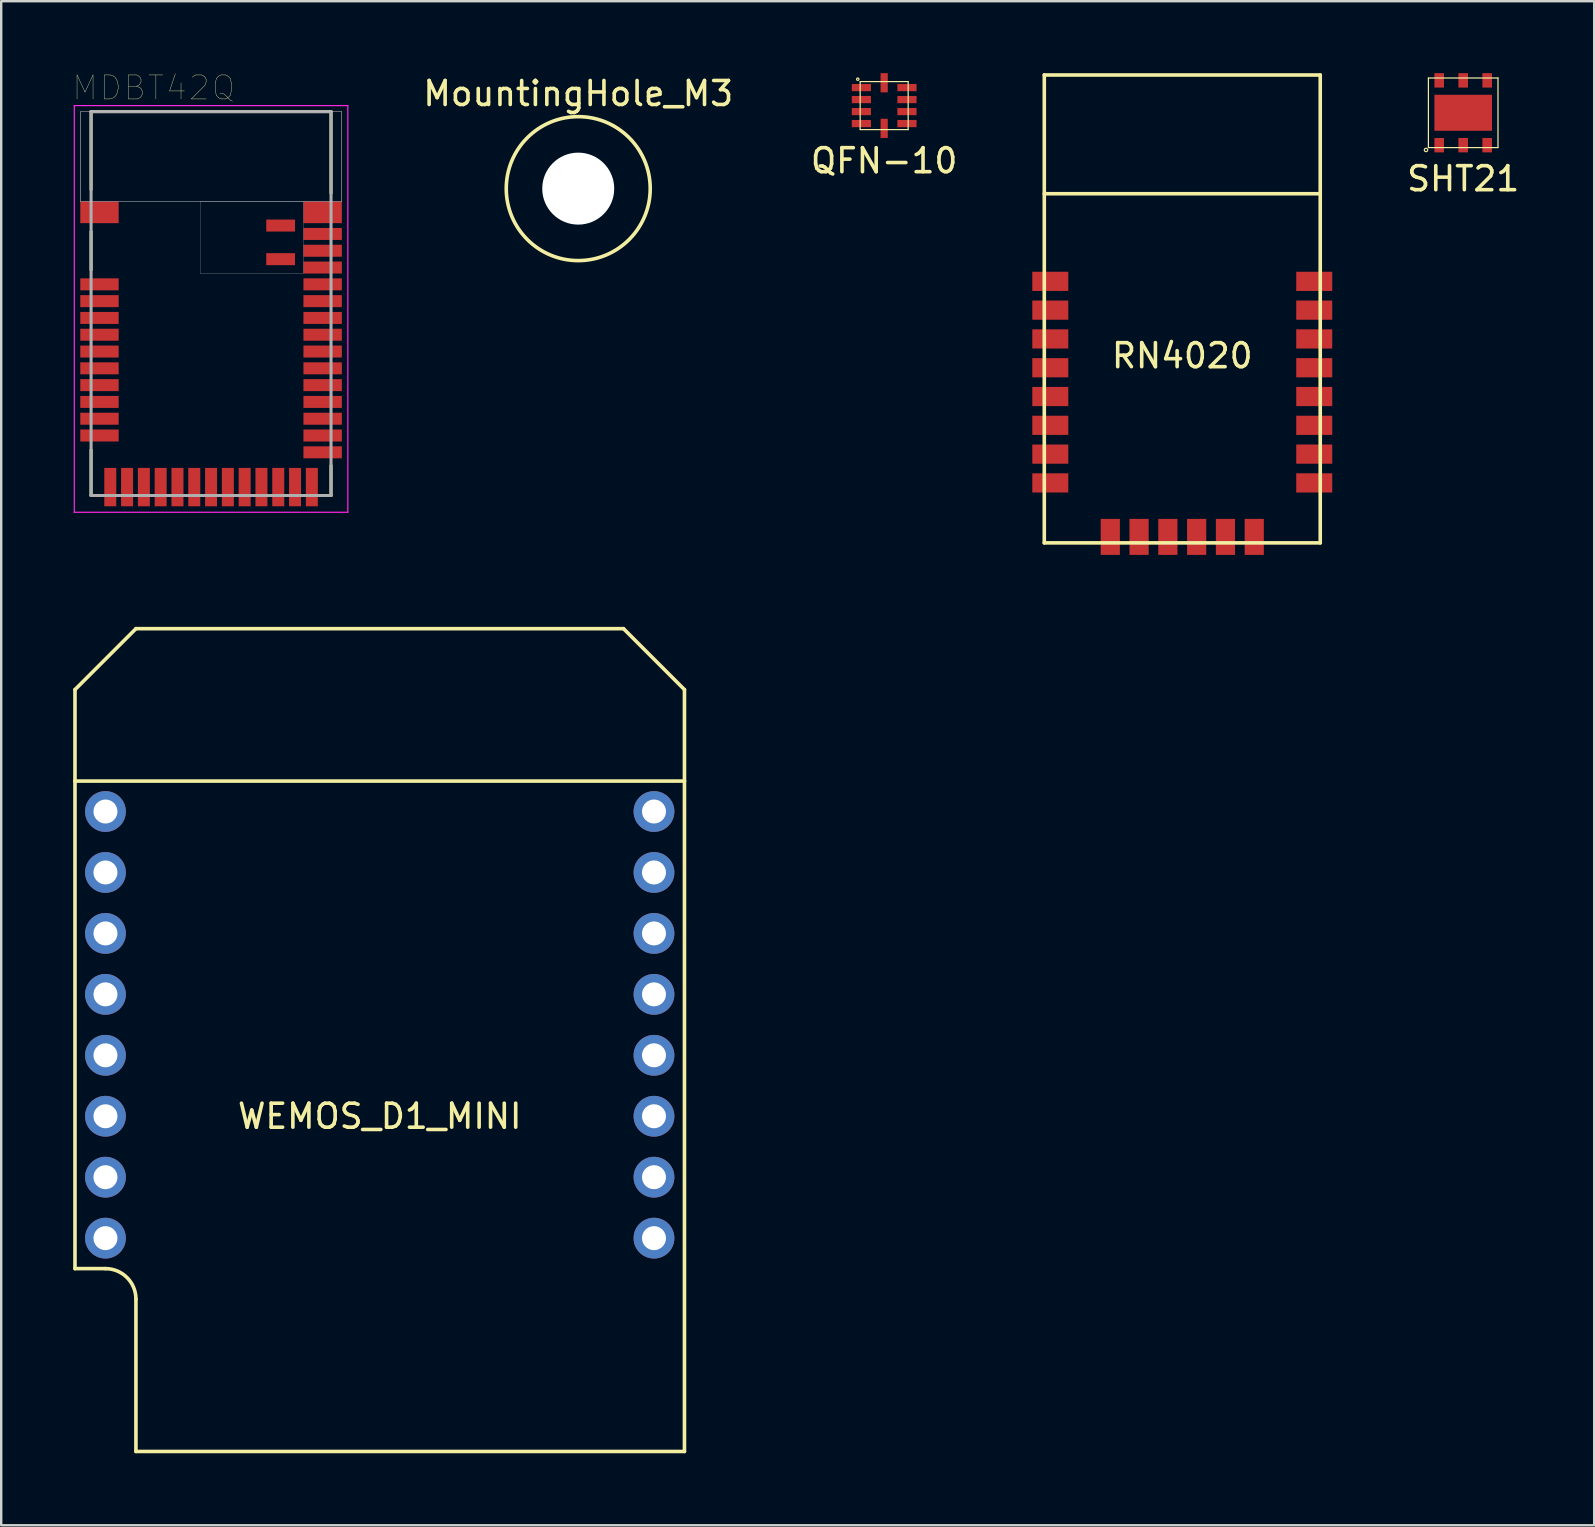
<source format=kicad_pcb>
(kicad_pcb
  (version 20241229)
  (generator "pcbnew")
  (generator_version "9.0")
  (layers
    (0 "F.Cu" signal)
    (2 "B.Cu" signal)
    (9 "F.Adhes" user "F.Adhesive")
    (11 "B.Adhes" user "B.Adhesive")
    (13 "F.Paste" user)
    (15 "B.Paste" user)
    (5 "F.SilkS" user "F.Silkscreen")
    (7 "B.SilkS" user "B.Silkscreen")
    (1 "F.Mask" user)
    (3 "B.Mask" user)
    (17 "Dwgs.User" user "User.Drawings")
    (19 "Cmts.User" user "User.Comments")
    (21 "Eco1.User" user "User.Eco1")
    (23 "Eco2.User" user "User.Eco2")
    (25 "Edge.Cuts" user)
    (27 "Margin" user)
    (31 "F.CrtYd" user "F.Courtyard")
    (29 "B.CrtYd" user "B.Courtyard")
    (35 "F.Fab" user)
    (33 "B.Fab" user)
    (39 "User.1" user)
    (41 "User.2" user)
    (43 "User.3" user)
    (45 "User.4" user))
  (footprint "QFN-10"
    (layer "F.Cu")
    (at 33.798 1.35)
    (property "Reference" "QFN-10" (at 0 2.3 0) (layer "F.SilkS") (effects (font (size 1 1) (thickness 0.15))))
    (attr through_hole)
    (fp_line (start -1 -1) (end 1 -1) (stroke (width 0.05) (type solid)) (layer "F.SilkS"))
    (fp_line (start -1 1) (end -1 -1) (stroke (width 0.05) (type solid)) (layer "F.SilkS"))
    (fp_line (start 1 -1) (end 1 1) (stroke (width 0.05) (type solid)) (layer "F.SilkS"))
    (fp_line (start 1 1) (end -1 1) (stroke (width 0.05) (type solid)) (layer "F.SilkS"))
    (fp_circle (center -1.1 -1.1) (end -1.1 -1.05) (stroke (width 0.05) (type solid)) (fill no) (layer "F.SilkS"))
    (pad "1" smd rect (at -0.95 -0.75 90) (size 0.3 0.8) (layers "F.Cu" "F.Mask" "F.Paste"))
    (pad "2" smd rect (at -0.95 -0.25 90) (size 0.3 0.8) (layers "F.Cu" "F.Mask" "F.Paste"))
    (pad "3" smd rect (at -0.95 0.25 90) (size 0.3 0.8) (layers "F.Cu" "F.Mask" "F.Paste"))
    (pad "4" smd rect (at -0.95 0.75 90) (size 0.3 0.8) (layers "F.Cu" "F.Mask" "F.Paste"))
    (pad "5" smd rect (at 0 0.95) (size 0.3 0.8) (layers "F.Cu" "F.Mask" "F.Paste"))
    (pad "6" smd rect (at 0.95 0.75 90) (size 0.3 0.8) (layers "F.Cu" "F.Mask" "F.Paste"))
    (pad "7" smd rect (at 0.95 0.25 90) (size 0.3 0.8) (layers "F.Cu" "F.Mask" "F.Paste"))
    (pad "8" smd rect (at 0.95 -0.25 90) (size 0.3 0.8) (layers "F.Cu" "F.Mask" "F.Paste"))
    (pad "9" smd rect (at 0.95 -0.75 90) (size 0.3 0.8) (layers "F.Cu" "F.Mask" "F.Paste"))
    (pad "10" smd rect (at 0 -0.95) (size 0.3 0.8) (layers "F.Cu" "F.Mask" "F.Paste")))
  (footprint "RN4020"
    (layer "F.Cu")
    (at 46.221 10.825)
    (property "Reference" "RN4020" (at 0 0.95 0) (layer "F.SilkS") (effects (font (size 1 1) (thickness 0.15))))
    (attr through_hole)
    (fp_line (start -5.75 -10.75) (end -5.75 8.75) (stroke (width 0.15) (type solid)) (layer "F.SilkS"))
    (fp_line (start -5.75 -10.75) (end 5.75 -10.75) (stroke (width 0.15) (type solid)) (layer "F.SilkS"))
    (fp_line (start -5.75 -5.8) (end 5.75 -5.8) (stroke (width 0.15) (type solid)) (layer "F.SilkS"))
    (fp_line (start -5.75 8.75) (end 5.75 8.75) (stroke (width 0.15) (type solid)) (layer "F.SilkS"))
    (fp_line (start 5.75 -10.75) (end 5.75 8.75) (stroke (width 0.15) (type solid)) (layer "F.SilkS"))
    (pad "1" smd rect (at -5.5 -2.15) (size 1.5 0.8) (layers "F.Cu" "F.Mask" "F.Paste"))
    (pad "2" smd rect (at -5.5 -0.95) (size 1.5 0.8) (layers "F.Cu" "F.Mask" "F.Paste"))
    (pad "3" smd rect (at -5.5 0.25) (size 1.5 0.8) (layers "F.Cu" "F.Mask" "F.Paste"))
    (pad "4" smd rect (at -5.5 1.45) (size 1.5 0.8) (layers "F.Cu" "F.Mask" "F.Paste"))
    (pad "5" smd rect (at -5.5 2.65) (size 1.5 0.8) (layers "F.Cu" "F.Mask" "F.Paste"))
    (pad "6" smd rect (at -5.5 3.85) (size 1.5 0.8) (layers "F.Cu" "F.Mask" "F.Paste"))
    (pad "7" smd rect (at -5.5 5.05) (size 1.5 0.8) (layers "F.Cu" "F.Mask" "F.Paste"))
    (pad "8" smd rect (at -5.5 6.25) (size 1.5 0.8) (layers "F.Cu" "F.Mask" "F.Paste"))
    (pad "10" smd rect (at -3 8.5 90) (size 1.5 0.8) (layers "F.Cu" "F.Mask" "F.Paste"))
    (pad "11" smd rect (at -1.8 8.5 90) (size 1.5 0.8) (layers "F.Cu" "F.Mask" "F.Paste"))
    (pad "12" smd rect (at -0.6 8.5 90) (size 1.5 0.8) (layers "F.Cu" "F.Mask" "F.Paste"))
    (pad "13" smd rect (at 0.6 8.5 90) (size 1.5 0.8) (layers "F.Cu" "F.Mask" "F.Paste"))
    (pad "14" smd rect (at 1.8 8.5 90) (size 1.5 0.8) (layers "F.Cu" "F.Mask" "F.Paste"))
    (pad "15" smd rect (at 3 8.5 90) (size 1.5 0.8) (layers "F.Cu" "F.Mask" "F.Paste"))
    (pad "17" smd rect (at 5.5 6.25) (size 1.5 0.8) (layers "F.Cu" "F.Mask" "F.Paste"))
    (pad "18" smd rect (at 5.5 5.05) (size 1.5 0.8) (layers "F.Cu" "F.Mask" "F.Paste"))
    (pad "19" smd rect (at 5.5 3.85) (size 1.5 0.8) (layers "F.Cu" "F.Mask" "F.Paste"))
    (pad "20" smd rect (at 5.5 2.65) (size 1.5 0.8) (layers "F.Cu" "F.Mask" "F.Paste"))
    (pad "21" smd rect (at 5.5 1.45) (size 1.5 0.8) (layers "F.Cu" "F.Mask" "F.Paste"))
    (pad "22" smd rect (at 5.5 0.25) (size 1.5 0.8) (layers "F.Cu" "F.Mask" "F.Paste"))
    (pad "23" smd rect (at 5.5 -0.95) (size 1.5 0.8) (layers "F.Cu" "F.Mask" "F.Paste"))
    (pad "24" smd rect (at 5.5 -2.15) (size 1.5 0.8) (layers "F.Cu" "F.Mask" "F.Paste")))
  (footprint "SHT21"
    (layer "F.Cu")
    (at 57.929 1.65)
    (property "Reference" "SHT21" (at 0 2.75 0) (layer "F.SilkS") (effects (font (size 1 1) (thickness 0.15))))
    (attr through_hole)
    (fp_line (start -1.45 -1.45) (end 1.45 -1.45) (stroke (width 0.05) (type solid)) (layer "F.SilkS"))
    (fp_line (start -1.45 1.45) (end -1.45 -1.45) (stroke (width 0.05) (type solid)) (layer "F.SilkS"))
    (fp_line (start 1.45 -1.45) (end 1.45 1.45) (stroke (width 0.05) (type solid)) (layer "F.SilkS"))
    (fp_line (start 1.45 1.45) (end -1.45 1.45) (stroke (width 0.05) (type solid)) (layer "F.SilkS"))
    (fp_circle (center -1.55 1.55) (end -1.5 1.6) (stroke (width 0.05) (type solid)) (fill no) (layer "F.SilkS"))
    (pad "" smd rect (at 0 0) (size 2.4 1.5) (layers "F.Cu" "F.Mask" "F.Paste"))
    (pad "1" smd rect (at -1 1.35) (size 0.4 0.6) (layers "F.Cu" "F.Mask" "F.Paste"))
    (pad "2" smd rect (at 0 1.35) (size 0.4 0.6) (layers "F.Cu" "F.Mask" "F.Paste"))
    (pad "3" smd rect (at 1 1.35) (size 0.4 0.6) (layers "F.Cu" "F.Mask" "F.Paste"))
    (pad "4" smd rect (at 1 -1.35) (size 0.4 0.6) (layers "F.Cu" "F.Mask" "F.Paste"))
    (pad "5" smd rect (at 0 -1.35) (size 0.4 0.6) (layers "F.Cu" "F.Mask" "F.Paste"))
    (pad "6" smd rect (at -1 -1.35) (size 0.4 0.6) (layers "F.Cu" "F.Mask" "F.Paste")))
  (footprint "WEMOS_D1_MINI"
    (layer "F.Cu")
    (at 12.775 40.93)
    (property "Reference" "WEMOS_D1_MINI" (at 0 2.54 0) (layer "F.SilkS") (effects (font (size 1 1) (thickness 0.15))))
    (attr through_hole)
    (fp_line (start -12.7 -11.43) (end -12.7 -15.24) (stroke (width 0.15) (type solid)) (layer "F.SilkS"))
    (fp_line (start -12.7 -11.43) (end -12.7 8.89) (stroke (width 0.15) (type solid)) (layer "F.SilkS"))
    (fp_line (start -12.7 8.89) (end -11.43 8.89) (stroke (width 0.15) (type solid)) (layer "F.SilkS"))
    (fp_line (start -10.16 -17.78) (end -12.7 -15.24) (stroke (width 0.15) (type solid)) (layer "F.SilkS"))
    (fp_line (start -10.16 10.16) (end -10.16 16.51) (stroke (width 0.15) (type solid)) (layer "F.SilkS"))
    (fp_line (start -10.16 16.51) (end 12.7 16.51) (stroke (width 0.15) (type solid)) (layer "F.SilkS"))
    (fp_line (start 10.16 -17.78) (end -10.16 -17.78) (stroke (width 0.15) (type solid)) (layer "F.SilkS"))
    (fp_line (start 12.7 -15.24) (end 10.16 -17.78) (stroke (width 0.15) (type solid)) (layer "F.SilkS"))
    (fp_line (start 12.7 -15.24) (end 12.7 -11.43) (stroke (width 0.15) (type solid)) (layer "F.SilkS"))
    (fp_line (start 12.7 -11.43) (end -12.7 -11.43) (stroke (width 0.15) (type solid)) (layer "F.SilkS"))
    (fp_line (start 12.7 -11.43) (end 12.7 16.51) (stroke (width 0.15) (type solid)) (layer "F.SilkS"))
    (fp_arc (start -11.43 8.89) (mid -10.531974 9.261974) (end -10.16 10.16) (stroke (width 0.15) (type solid)) (layer "F.SilkS"))
    (pad "1" thru_hole circle (at -11.43 -10.16) (size 1.7 1.7) (drill 1) (layers "*.Cu" "*.Mask"))
    (pad "2" thru_hole circle (at -11.43 -7.62) (size 1.7 1.7) (drill 1) (layers "*.Cu" "*.Mask"))
    (pad "3" thru_hole circle (at -11.43 -5.08) (size 1.7 1.7) (drill 1) (layers "*.Cu" "*.Mask"))
    (pad "4" thru_hole circle (at -11.43 -2.54) (size 1.7 1.7) (drill 1) (layers "*.Cu" "*.Mask"))
    (pad "5" thru_hole circle (at -11.43 0) (size 1.7 1.7) (drill 1) (layers "*.Cu" "*.Mask"))
    (pad "6" thru_hole circle (at -11.43 2.54) (size 1.7 1.7) (drill 1) (layers "*.Cu" "*.Mask"))
    (pad "7" thru_hole circle (at -11.43 5.08) (size 1.7 1.7) (drill 1) (layers "*.Cu" "*.Mask"))
    (pad "8" thru_hole circle (at -11.43 7.62) (size 1.7 1.7) (drill 1) (layers "*.Cu" "*.Mask"))
    (pad "9" thru_hole circle (at 11.43 7.62) (size 1.7 1.7) (drill 1) (layers "*.Cu" "*.Mask"))
    (pad "10" thru_hole circle (at 11.43 5.08) (size 1.7 1.7) (drill 1) (layers "*.Cu" "*.Mask"))
    (pad "11" thru_hole circle (at 11.43 2.54) (size 1.7 1.7) (drill 1) (layers "*.Cu" "*.Mask"))
    (pad "12" thru_hole circle (at 11.43 0) (size 1.7 1.7) (drill 1) (layers "*.Cu" "*.Mask"))
    (pad "13" thru_hole circle (at 11.43 -2.54) (size 1.7 1.7) (drill 1) (layers "*.Cu" "*.Mask"))
    (pad "14" thru_hole circle (at 11.43 -5.08) (size 1.7 1.7) (drill 1) (layers "*.Cu" "*.Mask"))
    (pad "15" thru_hole circle (at 11.43 -7.62) (size 1.7 1.7) (drill 1) (layers "*.Cu" "*.Mask"))
    (pad "16" thru_hole circle (at 11.43 -10.16) (size 1.7 1.7) (drill 1) (layers "*.Cu" "*.Mask")))
  (footprint "MDBT42Q"
    (layer "F.Cu")
    (at 5.746 9.6)
    (property "Reference" "MDBT42Q" (at -2.395 -8.989 0) (layer "F.SilkS") (effects (font (size 1 1) (thickness 0.015))))
    (attr through_hole)
    (fp_line (start -5 -8) (end 5 -8) (stroke (width 0.127) (type solid)) (layer "F.SilkS"))
    (fp_line (start -5 -4.75) (end -5 -8) (stroke (width 0.127) (type solid)) (layer "F.SilkS"))
    (fp_line (start -5 -3) (end -5 -1.4) (stroke (width 0.127) (type solid)) (layer "F.SilkS"))
    (fp_line (start -5 6.1) (end -5 8) (stroke (width 0.127) (type solid)) (layer "F.SilkS"))
    (fp_line (start -5 8) (end -4.75 8) (stroke (width 0.127) (type solid)) (layer "F.SilkS"))
    (fp_line (start 5 -8) (end 5 -4.6) (stroke (width 0.127) (type solid)) (layer "F.SilkS"))
    (fp_line (start 5 6.75) (end 5 8) (stroke (width 0.127) (type solid)) (layer "F.SilkS"))
    (fp_line (start 5 8) (end 4.8 8) (stroke (width 0.127) (type solid)) (layer "F.SilkS"))
    (fp_poly (pts (xy -5.45 -8) (xy 5.45 -8) (xy 5.45 -4.25) (xy -5.45 -4.25)) (stroke (width 0.01) (type solid)) (fill no) (layer "Dwgs.User"))
    (fp_poly (pts (xy -5.45 -8) (xy 5.45 -8) (xy 5.45 -4.25) (xy -5.45 -4.25)) (stroke (width 0.01) (type solid)) (fill no) (layer "Dwgs.User"))
    (fp_poly (pts (xy -5.45 -8) (xy 5.45 -8) (xy 5.45 -4.25) (xy -5.45 -4.25)) (stroke (width 0.01) (type solid)) (fill no) (layer "Dwgs.User"))
    (fp_line (start -5.7 -8.25) (end 5.7 -8.25) (stroke (width 0.05) (type solid)) (layer "F.CrtYd"))
    (fp_line (start -5.7 8.7) (end -5.7 -8.25) (stroke (width 0.05) (type solid)) (layer "F.CrtYd"))
    (fp_line (start 5.7 -8.25) (end 5.7 8.7) (stroke (width 0.05) (type solid)) (layer "F.CrtYd"))
    (fp_line (start 5.7 8.7) (end -5.7 8.7) (stroke (width 0.05) (type solid)) (layer "F.CrtYd"))
    (fp_line (start -5 -8) (end 5 -8) (stroke (width 0.127) (type solid)) (layer "F.Fab"))
    (fp_line (start -5 8) (end -5 -8) (stroke (width 0.127) (type solid)) (layer "F.Fab"))
    (fp_line (start 5 -8) (end 5 8) (stroke (width 0.127) (type solid)) (layer "F.Fab"))
    (fp_line (start 5 8) (end -5 8) (stroke (width 0.127) (type solid)) (layer "F.Fab"))
    (fp_poly (pts (xy -0.45 -4.25) (xy 3.85 -4.25) (xy 3.85 -1.25) (xy -0.45 -1.25)) (stroke (width 0.01) (type solid)) (fill no) (layer "F.Fab"))
    (pad "1" smd rect (at -4.65 -3.8) (size 1.6 0.9) (layers "F.Cu" "F.Mask" "F.Paste"))
    (pad "2" smd rect (at -4.65 -0.8) (size 1.6 0.5) (layers "F.Cu" "F.Mask" "F.Paste"))
    (pad "3" smd rect (at -4.65 -0.1) (size 1.6 0.5) (layers "F.Cu" "F.Mask" "F.Paste"))
    (pad "4" smd rect (at -4.65 0.6) (size 1.6 0.5) (layers "F.Cu" "F.Mask" "F.Paste"))
    (pad "5" smd rect (at -4.65 1.3) (size 1.6 0.5) (layers "F.Cu" "F.Mask" "F.Paste"))
    (pad "6" smd rect (at -4.65 2) (size 1.6 0.5) (layers "F.Cu" "F.Mask" "F.Paste"))
    (pad "7" smd rect (at -4.65 2.7) (size 1.6 0.5) (layers "F.Cu" "F.Mask" "F.Paste"))
    (pad "8" smd rect (at -4.65 3.4) (size 1.6 0.5) (layers "F.Cu" "F.Mask" "F.Paste"))
    (pad "9" smd rect (at -4.65 4.1) (size 1.6 0.5) (layers "F.Cu" "F.Mask" "F.Paste"))
    (pad "10" smd rect (at -4.65 4.8) (size 1.6 0.5) (layers "F.Cu" "F.Mask" "F.Paste"))
    (pad "11" smd rect (at -4.65 5.5) (size 1.6 0.5) (layers "F.Cu" "F.Mask" "F.Paste"))
    (pad "12" smd rect (at -4.2 7.65) (size 0.5 1.6) (layers "F.Cu" "F.Mask" "F.Paste"))
    (pad "13" smd rect (at -3.5 7.65) (size 0.5 1.6) (layers "F.Cu" "F.Mask" "F.Paste"))
    (pad "14" smd rect (at -2.8 7.65) (size 0.5 1.6) (layers "F.Cu" "F.Mask" "F.Paste"))
    (pad "15" smd rect (at -2.1 7.65) (size 0.5 1.6) (layers "F.Cu" "F.Mask" "F.Paste"))
    (pad "16" smd rect (at -1.4 7.65) (size 0.5 1.6) (layers "F.Cu" "F.Mask" "F.Paste"))
    (pad "17" smd rect (at -0.7 7.65) (size 0.5 1.6) (layers "F.Cu" "F.Mask" "F.Paste"))
    (pad "18" smd rect (at 0 7.65) (size 0.5 1.6) (layers "F.Cu" "F.Mask" "F.Paste"))
    (pad "19" smd rect (at 0.7 7.65) (size 0.5 1.6) (layers "F.Cu" "F.Mask" "F.Paste"))
    (pad "20" smd rect (at 1.4 7.65) (size 0.5 1.6) (layers "F.Cu" "F.Mask" "F.Paste"))
    (pad "21" smd rect (at 2.1 7.65) (size 0.5 1.6) (layers "F.Cu" "F.Mask" "F.Paste"))
    (pad "22" smd rect (at 2.8 7.65) (size 0.5 1.6) (layers "F.Cu" "F.Mask" "F.Paste"))
    (pad "23" smd rect (at 3.5 7.65) (size 0.5 1.6) (layers "F.Cu" "F.Mask" "F.Paste"))
    (pad "24" smd rect (at 4.2 7.65) (size 0.5 1.6) (layers "F.Cu" "F.Mask" "F.Paste"))
    (pad "25" smd rect (at 4.65 6.2) (size 1.6 0.5) (layers "F.Cu" "F.Mask" "F.Paste"))
    (pad "26" smd rect (at 4.65 5.5) (size 1.6 0.5) (layers "F.Cu" "F.Mask" "F.Paste"))
    (pad "27" smd rect (at 4.65 4.8) (size 1.6 0.5) (layers "F.Cu" "F.Mask" "F.Paste"))
    (pad "28" smd rect (at 4.65 4.1) (size 1.6 0.5) (layers "F.Cu" "F.Mask" "F.Paste"))
    (pad "29" smd rect (at 4.65 3.4) (size 1.6 0.5) (layers "F.Cu" "F.Mask" "F.Paste"))
    (pad "30" smd rect (at 4.65 2.7) (size 1.6 0.5) (layers "F.Cu" "F.Mask" "F.Paste"))
    (pad "31" smd rect (at 4.65 2) (size 1.6 0.5) (layers "F.Cu" "F.Mask" "F.Paste"))
    (pad "32" smd rect (at 4.65 1.3) (size 1.6 0.5) (layers "F.Cu" "F.Mask" "F.Paste"))
    (pad "33" smd rect (at 4.65 0.6) (size 1.6 0.5) (layers "F.Cu" "F.Mask" "F.Paste"))
    (pad "34" smd rect (at 4.65 -0.1) (size 1.6 0.5) (layers "F.Cu" "F.Mask" "F.Paste"))
    (pad "35" smd rect (at 4.65 -0.8) (size 1.6 0.5) (layers "F.Cu" "F.Mask" "F.Paste"))
    (pad "36" smd rect (at 4.65 -1.5) (size 1.6 0.5) (layers "F.Cu" "F.Mask" "F.Paste"))
    (pad "37" smd rect (at 4.65 -2.2) (size 1.6 0.5) (layers "F.Cu" "F.Mask" "F.Paste"))
    (pad "38" smd rect (at 4.65 -2.9) (size 1.6 0.5) (layers "F.Cu" "F.Mask" "F.Paste"))
    (pad "39" smd rect (at 4.65 -3.8) (size 1.6 0.9) (layers "F.Cu" "F.Mask" "F.Paste"))
    (pad "40" smd rect (at 2.9 -3.25) (size 1.2 0.5) (layers "F.Cu" "F.Mask" "F.Paste"))
    (pad "41" smd rect (at 2.9 -1.85) (size 1.2 0.5) (layers "F.Cu" "F.Mask" "F.Paste")))
  (footprint "MountingHole_M3"
    (layer "F.Cu")
    (at 21.048 4.811)
    (property "Reference" "MountingHole_M3" (at 0 -3.962 0) (layer "F.SilkS") (effects (font (size 1 1) (thickness 0.15))))
    (attr through_hole)
    (fp_circle (center 0 0) (end 3 0) (stroke (width 0.15) (type solid)) (fill no) (layer "F.SilkS"))
    (pad "" np_thru_hole circle (at 0 0) (size 3 3) (drill 3) (layers "*.Cu")))
  (gr_rect
    (start -3 -3)
    (end 63.388 60.515)
    (stroke (width 0.1) (type default))
    (fill no)
    (layer "Edge.Cuts")))
</source>
